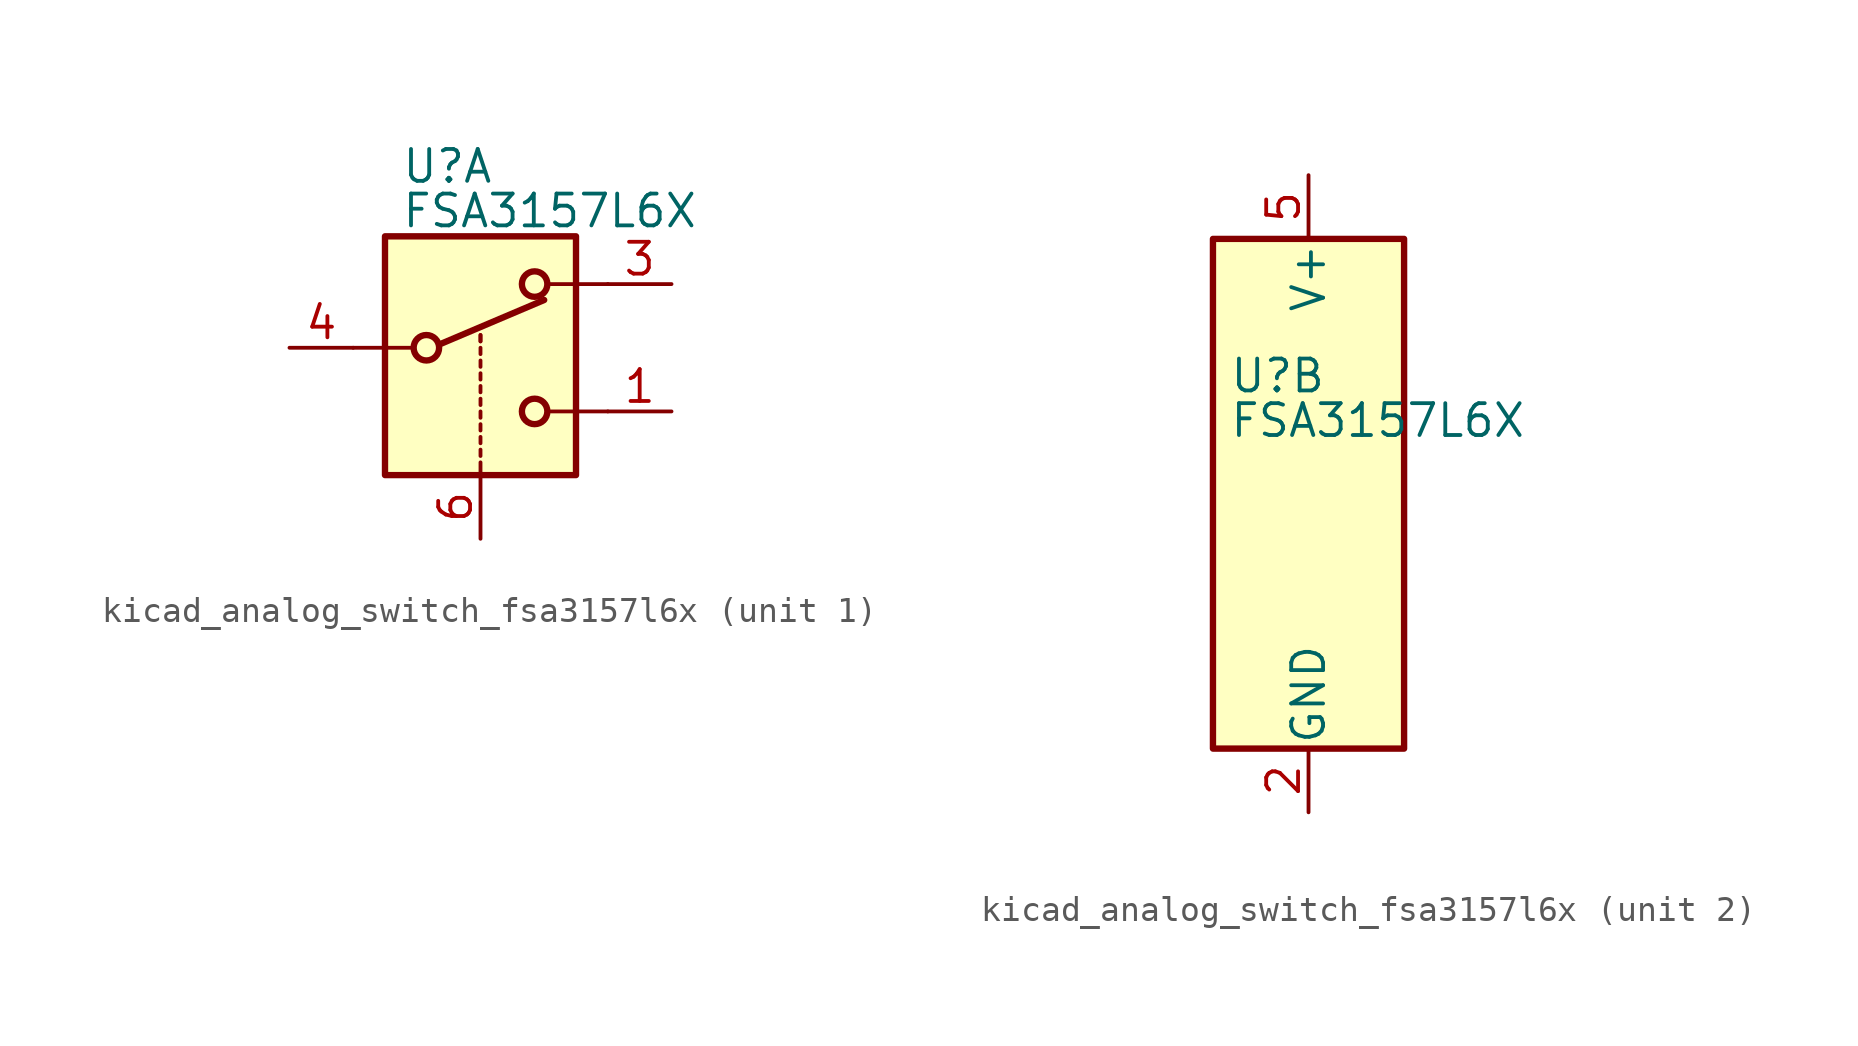
<source format=kicad_sym>
(kicad_symbol_lib
  (version 20220914)
  (generator kicad_symbol_editor)
  (symbol "kicad_analog_switch_fsa3157l6x"
    (pin_names
      (offset 0.127))
    (property "Reference" "U"
      (at -3.175 4.699 0)
      (effects (font (size 1.27 1.27)) (justify left)))
    (property "Value" "FSA3157L6X"
      (at -3.175 2.921 0)
      (effects (font (size 1.27 1.27)) (justify left)))
    (symbol "kicad_analog_switch_fsa3157l6x_1_1"
      (rectangle (start -3.81 1.905) (end 3.81 -7.62) (stroke (width 0.254) (type default)) (fill (type background)))
      (circle (center -2.159 -2.54) (radius 0.508) (stroke (width 0.254) (type default)) (fill (type none)))
      (polyline (pts (xy -5.08 -2.54) (xy -2.794 -2.54)) (stroke (width 0) (type default)) (fill (type none)))
      (polyline (pts (xy -1.651 -2.413) (xy 2.54 -0.635)) (stroke (width 0.254) (type default)) (fill (type none)))
      (polyline (pts (xy 0 -7.62) (xy 0 -7.112)) (stroke (width 0) (type default)) (fill (type none)))
      (polyline (pts (xy 0 -6.858) (xy 0 -6.604)) (stroke (width 0) (type default)) (fill (type none)))
      (polyline (pts (xy 0 -6.35) (xy 0 -6.096)) (stroke (width 0) (type default)) (fill (type none)))
      (polyline (pts (xy 0 -5.842) (xy 0 -5.588)) (stroke (width 0) (type default)) (fill (type none)))
      (polyline (pts (xy 0 -5.334) (xy 0 -5.08)) (stroke (width 0) (type default)) (fill (type none)))
      (polyline (pts (xy 0 -4.826) (xy 0 -4.572)) (stroke (width 0) (type default)) (fill (type none)))
      (polyline (pts (xy 0 -4.318) (xy 0 -4.064)) (stroke (width 0) (type default)) (fill (type none)))
      (polyline (pts (xy 0 -3.81) (xy 0 -3.556)) (stroke (width 0) (type default)) (fill (type none)))
      (polyline (pts (xy 0 -3.302) (xy 0 -3.048)) (stroke (width 0) (type default)) (fill (type none)))
      (polyline (pts (xy 0 -2.794) (xy 0 -2.54)) (stroke (width 0) (type default)) (fill (type none)))
      (polyline (pts (xy 0 -2.286) (xy 0 -2.032)) (stroke (width 0) (type default)) (fill (type none)))
      (polyline (pts (xy 0 -2.286) (xy 0 -2.032)) (stroke (width 0) (type default)) (fill (type none)))
      (polyline (pts (xy 5.08 -5.08) (xy 2.794 -5.08)) (stroke (width 0) (type default)) (fill (type none)))
      (polyline (pts (xy 5.08 0) (xy 2.794 0)) (stroke (width 0) (type default)) (fill (type none)))
      (circle (center 2.159 -5.08) (radius 0.508) (stroke (width 0.254) (type default)) (fill (type none)))
      (circle (center 2.159 0) (radius 0.508) (stroke (width 0.254) (type default)) (fill (type none)))
      (pin passive line (at 7.62 -5.08 180) (length 2.54) (name "~" (effects (font (size 1.27 1.27)))) (number "1" (effects (font (size 1.27 1.27)))))
      (pin passive line (at 7.62 0 180) (length 2.54) (name "~" (effects (font (size 1.27 1.27)))) (number "3" (effects (font (size 1.27 1.27)))))
      (pin passive line (at -7.62 -2.54 0) (length 2.54) (name "~" (effects (font (size 1.27 1.27)))) (number "4" (effects (font (size 1.27 1.27)))))
      (pin input line (at 0 -10.16 90) (length 2.54) (name "~" (effects (font (size 1.27 1.27)))) (number "6" (effects (font (size 1.27 1.27))))))
    (symbol "kicad_analog_switch_fsa3157l6x_2_0"
      (pin power_in line (at 0 -12.7 90) (length 2.54) (name "GND" (effects (font (size 1.27 1.27)))) (number "2" (effects (font (size 1.27 1.27)))))
      (pin power_in line (at 0 12.7 270) (length 2.54) (name "V+" (effects (font (size 1.27 1.27)))) (number "5" (effects (font (size 1.27 1.27))))))
    (symbol "kicad_analog_switch_fsa3157l6x_2_1"
      (rectangle (start -3.81 10.16) (end 3.81 -10.16) (stroke (width 0.254) (type default)) (fill (type background))))))
</source>
